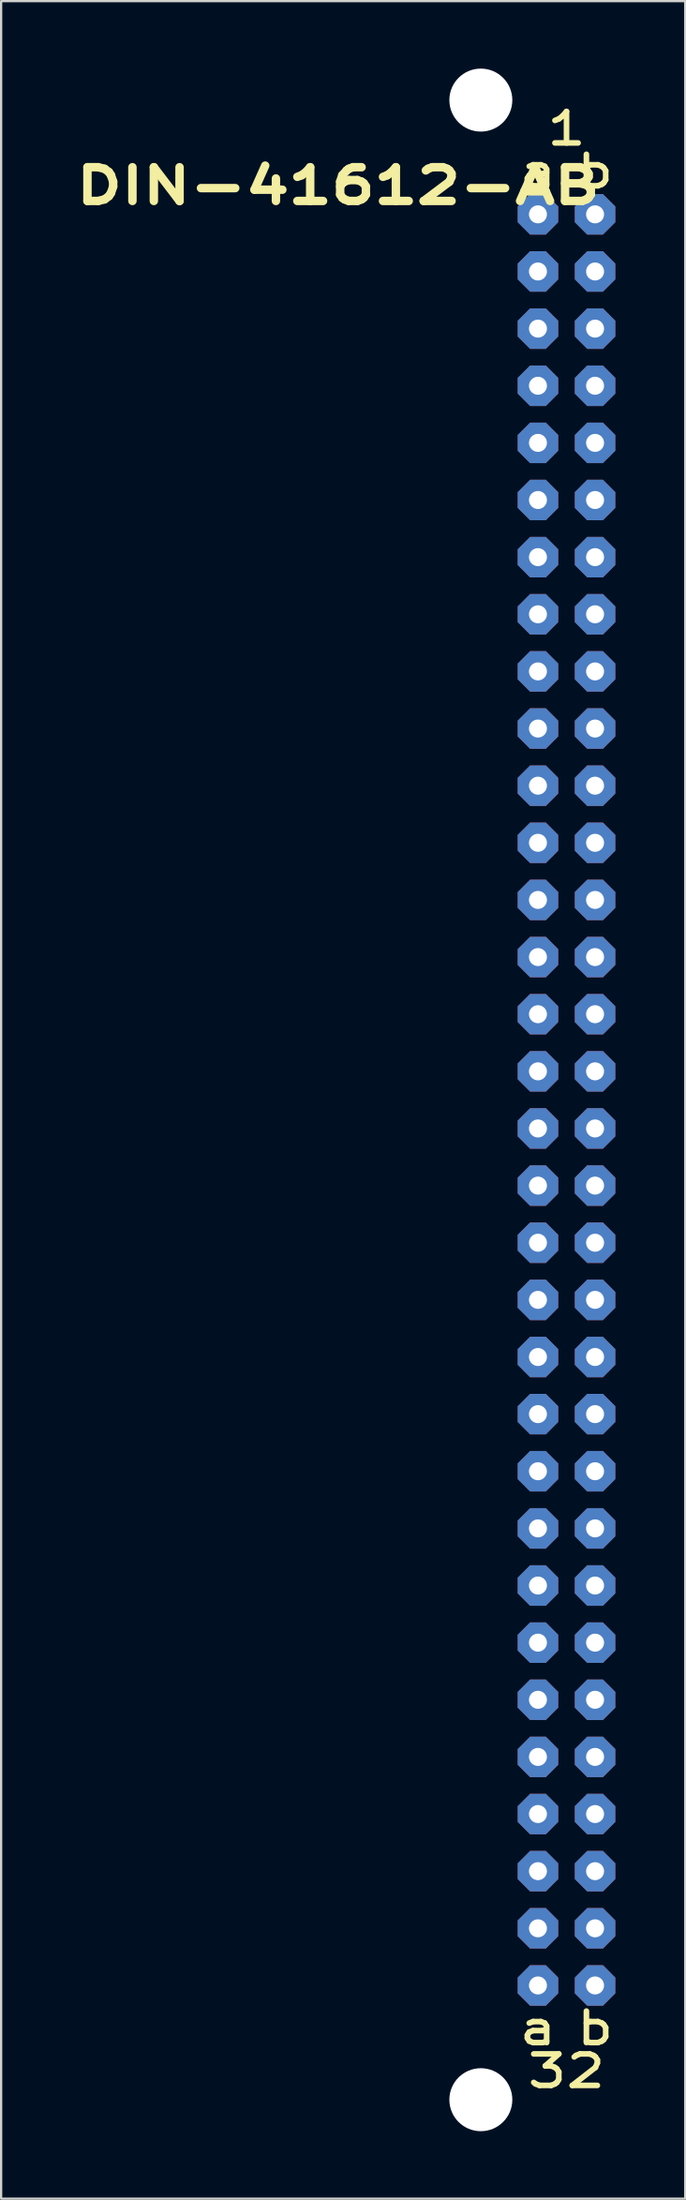
<source format=kicad_pcb>
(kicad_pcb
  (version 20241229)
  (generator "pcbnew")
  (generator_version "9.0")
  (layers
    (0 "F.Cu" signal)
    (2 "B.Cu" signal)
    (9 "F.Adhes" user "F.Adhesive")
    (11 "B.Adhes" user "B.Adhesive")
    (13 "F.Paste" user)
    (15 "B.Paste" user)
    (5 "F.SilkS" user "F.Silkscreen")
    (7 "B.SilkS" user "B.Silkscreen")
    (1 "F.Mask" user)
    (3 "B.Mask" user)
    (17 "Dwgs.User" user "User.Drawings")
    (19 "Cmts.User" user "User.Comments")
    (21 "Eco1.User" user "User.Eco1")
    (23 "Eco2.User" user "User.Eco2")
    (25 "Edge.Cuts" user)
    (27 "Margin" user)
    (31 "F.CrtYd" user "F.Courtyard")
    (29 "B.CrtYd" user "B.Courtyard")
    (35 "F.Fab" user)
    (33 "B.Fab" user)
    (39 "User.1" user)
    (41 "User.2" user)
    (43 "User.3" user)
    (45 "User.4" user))
  (footprint "DIN-41612-AB"
    (layer "F.Cu")
    (at 23.412 6.48)
    (property "Reference" "DIN-41612-AB" (at -11.43 -1.27 0) (unlocked yes) (layer "F.SilkS") (effects (font (size 1.5 2) (thickness 0.375))))
    (attr through_hole)
    (fp_text user "a" (at -2.54 80.645 0) (layer "F.SilkS") (effects (font (size 1.4 1.8) (thickness 0.25))))
    (fp_text user "b" (at 0 -1.905 0) (layer "F.SilkS") (effects (font (size 1.4 1.8) (thickness 0.25))))
    (fp_text user "a" (at -2.54 -1.905 0) (layer "F.SilkS") (effects (font (size 1.4 1.8) (thickness 0.25))))
    (fp_text user "1" (at -1.27 -3.81 0) (layer "F.SilkS") (effects (font (size 1.4 1.8) (thickness 0.25))))
    (fp_text user "b" (at 0 80.645 0) (layer "F.SilkS") (effects (font (size 1.4 1.8) (thickness 0.25))))
    (fp_text user "32" (at -1.27 82.55 0) (layer "F.SilkS") (effects (font (size 1.4 1.8) (thickness 0.25))))
    (pad "" np_thru_hole circle (at -5.08 -5.08) (size 2.8 2.8) (drill 2.8) (layers "*.Cu" "*.Mask"))
    (pad "" np_thru_hole circle (at -5.08 83.82) (size 2.8 2.8) (drill 2.8) (layers "*.Cu" "*.Mask"))
    (pad "A1" thru_hole custom (at -2.54 0) (size 1.524 1.524) (drill 0.8) (layers "*.Cu" "*.Mask") (options (anchor circle)) (primitives (gr_poly (pts (xy -0.9 0.35) (xy -0.9 -0.35) (xy -0.35 -0.9) (xy 0.35 -0.9) (xy 0.9 -0.35) (xy 0.9 0.35) (xy 0.35 0.9) (xy -0.35 0.9)) (width 0) (fill yes))))
    (pad "A2" thru_hole custom (at -2.54 2.54) (size 1.524 1.524) (drill 0.8) (layers "*.Cu" "*.Mask") (options (anchor circle)) (primitives (gr_poly (pts (xy -0.9 0.35) (xy -0.9 -0.35) (xy -0.35 -0.9) (xy 0.35 -0.9) (xy 0.9 -0.35) (xy 0.9 0.35) (xy 0.35 0.9) (xy -0.35 0.9)) (width 0) (fill yes))))
    (pad "A3" thru_hole custom (at -2.54 5.08) (size 1.524 1.524) (drill 0.8) (layers "*.Cu" "*.Mask") (options (anchor circle)) (primitives (gr_poly (pts (xy -0.9 0.35) (xy -0.9 -0.35) (xy -0.35 -0.9) (xy 0.35 -0.9) (xy 0.9 -0.35) (xy 0.9 0.35) (xy 0.35 0.9) (xy -0.35 0.9)) (width 0) (fill yes))))
    (pad "A4" thru_hole custom (at -2.54 7.62) (size 1.524 1.524) (drill 0.8) (layers "*.Cu" "*.Mask") (options (anchor circle)) (primitives (gr_poly (pts (xy -0.9 0.35) (xy -0.9 -0.35) (xy -0.35 -0.9) (xy 0.35 -0.9) (xy 0.9 -0.35) (xy 0.9 0.35) (xy 0.35 0.9) (xy -0.35 0.9)) (width 0) (fill yes))))
    (pad "A5" thru_hole custom (at -2.54 10.16) (size 1.524 1.524) (drill 0.8) (layers "*.Cu" "*.Mask") (options (anchor circle)) (primitives (gr_poly (pts (xy -0.9 0.35) (xy -0.9 -0.35) (xy -0.35 -0.9) (xy 0.35 -0.9) (xy 0.9 -0.35) (xy 0.9 0.35) (xy 0.35 0.9) (xy -0.35 0.9)) (width 0) (fill yes))))
    (pad "A6" thru_hole custom (at -2.54 12.7) (size 1.524 1.524) (drill 0.8) (layers "*.Cu" "*.Mask") (options (anchor circle)) (primitives (gr_poly (pts (xy -0.9 0.35) (xy -0.9 -0.35) (xy -0.35 -0.9) (xy 0.35 -0.9) (xy 0.9 -0.35) (xy 0.9 0.35) (xy 0.35 0.9) (xy -0.35 0.9)) (width 0) (fill yes))))
    (pad "A7" thru_hole custom (at -2.54 15.24) (size 1.524 1.524) (drill 0.8) (layers "*.Cu" "*.Mask") (options (anchor circle)) (primitives (gr_poly (pts (xy -0.9 0.35) (xy -0.9 -0.35) (xy -0.35 -0.9) (xy 0.35 -0.9) (xy 0.9 -0.35) (xy 0.9 0.35) (xy 0.35 0.9) (xy -0.35 0.9)) (width 0) (fill yes))))
    (pad "A8" thru_hole custom (at -2.54 17.78) (size 1.524 1.524) (drill 0.8) (layers "*.Cu" "*.Mask") (options (anchor circle)) (primitives (gr_poly (pts (xy -0.9 0.35) (xy -0.9 -0.35) (xy -0.35 -0.9) (xy 0.35 -0.9) (xy 0.9 -0.35) (xy 0.9 0.35) (xy 0.35 0.9) (xy -0.35 0.9)) (width 0) (fill yes))))
    (pad "A9" thru_hole custom (at -2.54 20.32) (size 1.524 1.524) (drill 0.8) (layers "*.Cu" "*.Mask") (options (anchor circle)) (primitives (gr_poly (pts (xy -0.9 0.35) (xy -0.9 -0.35) (xy -0.35 -0.9) (xy 0.35 -0.9) (xy 0.9 -0.35) (xy 0.9 0.35) (xy 0.35 0.9) (xy -0.35 0.9)) (width 0) (fill yes))))
    (pad "A10" thru_hole custom (at -2.54 22.86) (size 1.524 1.524) (drill 0.8) (layers "*.Cu" "*.Mask") (options (anchor circle)) (primitives (gr_poly (pts (xy -0.9 0.35) (xy -0.9 -0.35) (xy -0.35 -0.9) (xy 0.35 -0.9) (xy 0.9 -0.35) (xy 0.9 0.35) (xy 0.35 0.9) (xy -0.35 0.9)) (width 0) (fill yes))))
    (pad "A11" thru_hole custom (at -2.54 25.4) (size 1.524 1.524) (drill 0.8) (layers "*.Cu" "*.Mask") (options (anchor circle)) (primitives (gr_poly (pts (xy -0.9 0.35) (xy -0.9 -0.35) (xy -0.35 -0.9) (xy 0.35 -0.9) (xy 0.9 -0.35) (xy 0.9 0.35) (xy 0.35 0.9) (xy -0.35 0.9)) (width 0) (fill yes))))
    (pad "A12" thru_hole custom (at -2.54 27.94) (size 1.524 1.524) (drill 0.8) (layers "*.Cu" "*.Mask") (options (anchor circle)) (primitives (gr_poly (pts (xy -0.9 0.35) (xy -0.9 -0.35) (xy -0.35 -0.9) (xy 0.35 -0.9) (xy 0.9 -0.35) (xy 0.9 0.35) (xy 0.35 0.9) (xy -0.35 0.9)) (width 0) (fill yes))))
    (pad "A13" thru_hole custom (at -2.54 30.48) (size 1.524 1.524) (drill 0.8) (layers "*.Cu" "*.Mask") (options (anchor circle)) (primitives (gr_poly (pts (xy -0.9 0.35) (xy -0.9 -0.35) (xy -0.35 -0.9) (xy 0.35 -0.9) (xy 0.9 -0.35) (xy 0.9 0.35) (xy 0.35 0.9) (xy -0.35 0.9)) (width 0) (fill yes))))
    (pad "A14" thru_hole custom (at -2.54 33.02) (size 1.524 1.524) (drill 0.8) (layers "*.Cu" "*.Mask") (options (anchor circle)) (primitives (gr_poly (pts (xy -0.9 0.35) (xy -0.9 -0.35) (xy -0.35 -0.9) (xy 0.35 -0.9) (xy 0.9 -0.35) (xy 0.9 0.35) (xy 0.35 0.9) (xy -0.35 0.9)) (width 0) (fill yes))))
    (pad "A15" thru_hole custom (at -2.54 35.56) (size 1.524 1.524) (drill 0.8) (layers "*.Cu" "*.Mask") (options (anchor circle)) (primitives (gr_poly (pts (xy -0.9 0.35) (xy -0.9 -0.35) (xy -0.35 -0.9) (xy 0.35 -0.9) (xy 0.9 -0.35) (xy 0.9 0.35) (xy 0.35 0.9) (xy -0.35 0.9)) (width 0) (fill yes))))
    (pad "A16" thru_hole custom (at -2.54 38.1) (size 1.524 1.524) (drill 0.8) (layers "*.Cu" "*.Mask") (options (anchor circle)) (primitives (gr_poly (pts (xy -0.9 0.35) (xy -0.9 -0.35) (xy -0.35 -0.9) (xy 0.35 -0.9) (xy 0.9 -0.35) (xy 0.9 0.35) (xy 0.35 0.9) (xy -0.35 0.9)) (width 0) (fill yes))))
    (pad "A17" thru_hole custom (at -2.54 40.64) (size 1.524 1.524) (drill 0.8) (layers "*.Cu" "*.Mask") (options (anchor circle)) (primitives (gr_poly (pts (xy -0.9 0.35) (xy -0.9 -0.35) (xy -0.35 -0.9) (xy 0.35 -0.9) (xy 0.9 -0.35) (xy 0.9 0.35) (xy 0.35 0.9) (xy -0.35 0.9)) (width 0) (fill yes))))
    (pad "A18" thru_hole custom (at -2.54 43.18) (size 1.524 1.524) (drill 0.8) (layers "*.Cu" "*.Mask") (options (anchor circle)) (primitives (gr_poly (pts (xy -0.9 0.35) (xy -0.9 -0.35) (xy -0.35 -0.9) (xy 0.35 -0.9) (xy 0.9 -0.35) (xy 0.9 0.35) (xy 0.35 0.9) (xy -0.35 0.9)) (width 0) (fill yes))))
    (pad "A19" thru_hole custom (at -2.54 45.72) (size 1.524 1.524) (drill 0.8) (layers "*.Cu" "*.Mask") (options (anchor circle)) (primitives (gr_poly (pts (xy -0.9 0.35) (xy -0.9 -0.35) (xy -0.35 -0.9) (xy 0.35 -0.9) (xy 0.9 -0.35) (xy 0.9 0.35) (xy 0.35 0.9) (xy -0.35 0.9)) (width 0) (fill yes))))
    (pad "A20" thru_hole custom (at -2.54 48.26) (size 1.524 1.524) (drill 0.8) (layers "*.Cu" "*.Mask") (options (anchor circle)) (primitives (gr_poly (pts (xy -0.9 0.35) (xy -0.9 -0.35) (xy -0.35 -0.9) (xy 0.35 -0.9) (xy 0.9 -0.35) (xy 0.9 0.35) (xy 0.35 0.9) (xy -0.35 0.9)) (width 0) (fill yes))))
    (pad "A21" thru_hole custom (at -2.54 50.8) (size 1.524 1.524) (drill 0.8) (layers "*.Cu" "*.Mask") (options (anchor circle)) (primitives (gr_poly (pts (xy -0.9 0.35) (xy -0.9 -0.35) (xy -0.35 -0.9) (xy 0.35 -0.9) (xy 0.9 -0.35) (xy 0.9 0.35) (xy 0.35 0.9) (xy -0.35 0.9)) (width 0) (fill yes))))
    (pad "A22" thru_hole custom (at -2.54 53.34) (size 1.524 1.524) (drill 0.8) (layers "*.Cu" "*.Mask") (options (anchor circle)) (primitives (gr_poly (pts (xy -0.9 0.35) (xy -0.9 -0.35) (xy -0.35 -0.9) (xy 0.35 -0.9) (xy 0.9 -0.35) (xy 0.9 0.35) (xy 0.35 0.9) (xy -0.35 0.9)) (width 0) (fill yes))))
    (pad "A23" thru_hole custom (at -2.54 55.88) (size 1.524 1.524) (drill 0.8) (layers "*.Cu" "*.Mask") (options (anchor circle)) (primitives (gr_poly (pts (xy -0.9 0.35) (xy -0.9 -0.35) (xy -0.35 -0.9) (xy 0.35 -0.9) (xy 0.9 -0.35) (xy 0.9 0.35) (xy 0.35 0.9) (xy -0.35 0.9)) (width 0) (fill yes))))
    (pad "A24" thru_hole custom (at -2.54 58.42) (size 1.524 1.524) (drill 0.8) (layers "*.Cu" "*.Mask") (options (anchor circle)) (primitives (gr_poly (pts (xy -0.9 0.35) (xy -0.9 -0.35) (xy -0.35 -0.9) (xy 0.35 -0.9) (xy 0.9 -0.35) (xy 0.9 0.35) (xy 0.35 0.9) (xy -0.35 0.9)) (width 0) (fill yes))))
    (pad "A25" thru_hole custom (at -2.54 60.96) (size 1.524 1.524) (drill 0.8) (layers "*.Cu" "*.Mask") (options (anchor circle)) (primitives (gr_poly (pts (xy -0.9 0.35) (xy -0.9 -0.35) (xy -0.35 -0.9) (xy 0.35 -0.9) (xy 0.9 -0.35) (xy 0.9 0.35) (xy 0.35 0.9) (xy -0.35 0.9)) (width 0) (fill yes))))
    (pad "A26" thru_hole custom (at -2.54 63.5) (size 1.524 1.524) (drill 0.8) (layers "*.Cu" "*.Mask") (options (anchor circle)) (primitives (gr_poly (pts (xy -0.9 0.35) (xy -0.9 -0.35) (xy -0.35 -0.9) (xy 0.35 -0.9) (xy 0.9 -0.35) (xy 0.9 0.35) (xy 0.35 0.9) (xy -0.35 0.9)) (width 0) (fill yes))))
    (pad "A27" thru_hole custom (at -2.54 66.04) (size 1.524 1.524) (drill 0.8) (layers "*.Cu" "*.Mask") (options (anchor circle)) (primitives (gr_poly (pts (xy -0.9 0.35) (xy -0.9 -0.35) (xy -0.35 -0.9) (xy 0.35 -0.9) (xy 0.9 -0.35) (xy 0.9 0.35) (xy 0.35 0.9) (xy -0.35 0.9)) (width 0) (fill yes))))
    (pad "A28" thru_hole custom (at -2.54 68.58) (size 1.524 1.524) (drill 0.8) (layers "*.Cu" "*.Mask") (options (anchor circle)) (primitives (gr_poly (pts (xy -0.9 0.35) (xy -0.9 -0.35) (xy -0.35 -0.9) (xy 0.35 -0.9) (xy 0.9 -0.35) (xy 0.9 0.35) (xy 0.35 0.9) (xy -0.35 0.9)) (width 0) (fill yes))))
    (pad "A29" thru_hole custom (at -2.54 71.12) (size 1.524 1.524) (drill 0.8) (layers "*.Cu" "*.Mask") (options (anchor circle)) (primitives (gr_poly (pts (xy -0.9 0.35) (xy -0.9 -0.35) (xy -0.35 -0.9) (xy 0.35 -0.9) (xy 0.9 -0.35) (xy 0.9 0.35) (xy 0.35 0.9) (xy -0.35 0.9)) (width 0) (fill yes))))
    (pad "A30" thru_hole custom (at -2.54 73.66) (size 1.524 1.524) (drill 0.8) (layers "*.Cu" "*.Mask") (options (anchor circle)) (primitives (gr_poly (pts (xy -0.9 0.35) (xy -0.9 -0.35) (xy -0.35 -0.9) (xy 0.35 -0.9) (xy 0.9 -0.35) (xy 0.9 0.35) (xy 0.35 0.9) (xy -0.35 0.9)) (width 0) (fill yes))))
    (pad "A31" thru_hole custom (at -2.54 76.2) (size 1.524 1.524) (drill 0.8) (layers "*.Cu" "*.Mask") (options (anchor circle)) (primitives (gr_poly (pts (xy -0.9 0.35) (xy -0.9 -0.35) (xy -0.35 -0.9) (xy 0.35 -0.9) (xy 0.9 -0.35) (xy 0.9 0.35) (xy 0.35 0.9) (xy -0.35 0.9)) (width 0) (fill yes))))
    (pad "A32" thru_hole custom (at -2.54 78.74) (size 1.524 1.524) (drill 0.8) (layers "*.Cu" "*.Mask") (options (anchor circle)) (primitives (gr_poly (pts (xy -0.9 0.35) (xy -0.9 -0.35) (xy -0.35 -0.9) (xy 0.35 -0.9) (xy 0.9 -0.35) (xy 0.9 0.35) (xy 0.35 0.9) (xy -0.35 0.9)) (width 0) (fill yes))))
    (pad "B1" thru_hole custom (at 0 0) (size 1.524 1.524) (drill 0.8) (layers "*.Cu" "*.Mask") (options (anchor circle)) (primitives (gr_poly (pts (xy -0.9 0.35) (xy -0.9 -0.35) (xy -0.35 -0.9) (xy 0.35 -0.9) (xy 0.9 -0.35) (xy 0.9 0.35) (xy 0.35 0.9) (xy -0.35 0.9)) (width 0) (fill yes))))
    (pad "B2" thru_hole custom (at 0 2.54) (size 1.524 1.524) (drill 0.8) (layers "*.Cu" "*.Mask") (options (anchor circle)) (primitives (gr_poly (pts (xy -0.9 0.35) (xy -0.9 -0.35) (xy -0.35 -0.9) (xy 0.35 -0.9) (xy 0.9 -0.35) (xy 0.9 0.35) (xy 0.35 0.9) (xy -0.35 0.9)) (width 0) (fill yes))))
    (pad "B3" thru_hole custom (at 0 5.08) (size 1.524 1.524) (drill 0.8) (layers "*.Cu" "*.Mask") (options (anchor circle)) (primitives (gr_poly (pts (xy -0.9 0.35) (xy -0.9 -0.35) (xy -0.35 -0.9) (xy 0.35 -0.9) (xy 0.9 -0.35) (xy 0.9 0.35) (xy 0.35 0.9) (xy -0.35 0.9)) (width 0) (fill yes))))
    (pad "B4" thru_hole custom (at 0 7.62) (size 1.524 1.524) (drill 0.8) (layers "*.Cu" "*.Mask") (options (anchor circle)) (primitives (gr_poly (pts (xy -0.9 0.35) (xy -0.9 -0.35) (xy -0.35 -0.9) (xy 0.35 -0.9) (xy 0.9 -0.35) (xy 0.9 0.35) (xy 0.35 0.9) (xy -0.35 0.9)) (width 0) (fill yes))))
    (pad "B5" thru_hole custom (at 0 10.16) (size 1.524 1.524) (drill 0.8) (layers "*.Cu" "*.Mask") (options (anchor circle)) (primitives (gr_poly (pts (xy -0.9 0.35) (xy -0.9 -0.35) (xy -0.35 -0.9) (xy 0.35 -0.9) (xy 0.9 -0.35) (xy 0.9 0.35) (xy 0.35 0.9) (xy -0.35 0.9)) (width 0) (fill yes))))
    (pad "B6" thru_hole custom (at 0 12.7) (size 1.524 1.524) (drill 0.8) (layers "*.Cu" "*.Mask") (options (anchor circle)) (primitives (gr_poly (pts (xy -0.9 0.35) (xy -0.9 -0.35) (xy -0.35 -0.9) (xy 0.35 -0.9) (xy 0.9 -0.35) (xy 0.9 0.35) (xy 0.35 0.9) (xy -0.35 0.9)) (width 0) (fill yes))))
    (pad "B7" thru_hole custom (at 0 15.24) (size 1.524 1.524) (drill 0.8) (layers "*.Cu" "*.Mask") (options (anchor circle)) (primitives (gr_poly (pts (xy -0.9 0.35) (xy -0.9 -0.35) (xy -0.35 -0.9) (xy 0.35 -0.9) (xy 0.9 -0.35) (xy 0.9 0.35) (xy 0.35 0.9) (xy -0.35 0.9)) (width 0) (fill yes))))
    (pad "B8" thru_hole custom (at 0 17.78) (size 1.524 1.524) (drill 0.8) (layers "*.Cu" "*.Mask") (options (anchor circle)) (primitives (gr_poly (pts (xy -0.9 0.35) (xy -0.9 -0.35) (xy -0.35 -0.9) (xy 0.35 -0.9) (xy 0.9 -0.35) (xy 0.9 0.35) (xy 0.35 0.9) (xy -0.35 0.9)) (width 0) (fill yes))))
    (pad "B9" thru_hole custom (at 0 20.32) (size 1.524 1.524) (drill 0.8) (layers "*.Cu" "*.Mask") (options (anchor circle)) (primitives (gr_poly (pts (xy -0.9 0.35) (xy -0.9 -0.35) (xy -0.35 -0.9) (xy 0.35 -0.9) (xy 0.9 -0.35) (xy 0.9 0.35) (xy 0.35 0.9) (xy -0.35 0.9)) (width 0) (fill yes))))
    (pad "B10" thru_hole custom (at 0 22.86) (size 1.524 1.524) (drill 0.8) (layers "*.Cu" "*.Mask") (options (anchor circle)) (primitives (gr_poly (pts (xy -0.9 0.35) (xy -0.9 -0.35) (xy -0.35 -0.9) (xy 0.35 -0.9) (xy 0.9 -0.35) (xy 0.9 0.35) (xy 0.35 0.9) (xy -0.35 0.9)) (width 0) (fill yes))))
    (pad "B11" thru_hole custom (at 0 25.4) (size 1.524 1.524) (drill 0.8) (layers "*.Cu" "*.Mask") (options (anchor circle)) (primitives (gr_poly (pts (xy -0.9 0.35) (xy -0.9 -0.35) (xy -0.35 -0.9) (xy 0.35 -0.9) (xy 0.9 -0.35) (xy 0.9 0.35) (xy 0.35 0.9) (xy -0.35 0.9)) (width 0) (fill yes))))
    (pad "B12" thru_hole custom (at 0 27.94) (size 1.524 1.524) (drill 0.8) (layers "*.Cu" "*.Mask") (options (anchor circle)) (primitives (gr_poly (pts (xy -0.9 0.35) (xy -0.9 -0.35) (xy -0.35 -0.9) (xy 0.35 -0.9) (xy 0.9 -0.35) (xy 0.9 0.35) (xy 0.35 0.9) (xy -0.35 0.9)) (width 0) (fill yes))))
    (pad "B13" thru_hole custom (at 0 30.48) (size 1.524 1.524) (drill 0.8) (layers "*.Cu" "*.Mask") (options (anchor circle)) (primitives (gr_poly (pts (xy -0.9 0.35) (xy -0.9 -0.35) (xy -0.35 -0.9) (xy 0.35 -0.9) (xy 0.9 -0.35) (xy 0.9 0.35) (xy 0.35 0.9) (xy -0.35 0.9)) (width 0) (fill yes))))
    (pad "B14" thru_hole custom (at 0 33.02) (size 1.524 1.524) (drill 0.8) (layers "*.Cu" "*.Mask") (options (anchor circle)) (primitives (gr_poly (pts (xy -0.9 0.35) (xy -0.9 -0.35) (xy -0.35 -0.9) (xy 0.35 -0.9) (xy 0.9 -0.35) (xy 0.9 0.35) (xy 0.35 0.9) (xy -0.35 0.9)) (width 0) (fill yes))))
    (pad "B15" thru_hole custom (at 0 35.56) (size 1.524 1.524) (drill 0.8) (layers "*.Cu" "*.Mask") (options (anchor circle)) (primitives (gr_poly (pts (xy -0.9 0.35) (xy -0.9 -0.35) (xy -0.35 -0.9) (xy 0.35 -0.9) (xy 0.9 -0.35) (xy 0.9 0.35) (xy 0.35 0.9) (xy -0.35 0.9)) (width 0) (fill yes))))
    (pad "B16" thru_hole custom (at 0 38.1) (size 1.524 1.524) (drill 0.8) (layers "*.Cu" "*.Mask") (options (anchor circle)) (primitives (gr_poly (pts (xy -0.9 0.35) (xy -0.9 -0.35) (xy -0.35 -0.9) (xy 0.35 -0.9) (xy 0.9 -0.35) (xy 0.9 0.35) (xy 0.35 0.9) (xy -0.35 0.9)) (width 0) (fill yes))))
    (pad "B17" thru_hole custom (at 0 40.64) (size 1.524 1.524) (drill 0.8) (layers "*.Cu" "*.Mask") (options (anchor circle)) (primitives (gr_poly (pts (xy -0.9 0.35) (xy -0.9 -0.35) (xy -0.35 -0.9) (xy 0.35 -0.9) (xy 0.9 -0.35) (xy 0.9 0.35) (xy 0.35 0.9) (xy -0.35 0.9)) (width 0) (fill yes))))
    (pad "B18" thru_hole custom (at 0 43.18) (size 1.524 1.524) (drill 0.8) (layers "*.Cu" "*.Mask") (options (anchor circle)) (primitives (gr_poly (pts (xy -0.9 0.35) (xy -0.9 -0.35) (xy -0.35 -0.9) (xy 0.35 -0.9) (xy 0.9 -0.35) (xy 0.9 0.35) (xy 0.35 0.9) (xy -0.35 0.9)) (width 0) (fill yes))))
    (pad "B19" thru_hole custom (at 0 45.72) (size 1.524 1.524) (drill 0.8) (layers "*.Cu" "*.Mask") (options (anchor circle)) (primitives (gr_poly (pts (xy -0.9 0.35) (xy -0.9 -0.35) (xy -0.35 -0.9) (xy 0.35 -0.9) (xy 0.9 -0.35) (xy 0.9 0.35) (xy 0.35 0.9) (xy -0.35 0.9)) (width 0) (fill yes))))
    (pad "B20" thru_hole custom (at 0 48.26) (size 1.524 1.524) (drill 0.8) (layers "*.Cu" "*.Mask") (options (anchor circle)) (primitives (gr_poly (pts (xy -0.9 0.35) (xy -0.9 -0.35) (xy -0.35 -0.9) (xy 0.35 -0.9) (xy 0.9 -0.35) (xy 0.9 0.35) (xy 0.35 0.9) (xy -0.35 0.9)) (width 0) (fill yes))))
    (pad "B21" thru_hole custom (at 0 50.8) (size 1.524 1.524) (drill 0.8) (layers "*.Cu" "*.Mask") (options (anchor circle)) (primitives (gr_poly (pts (xy -0.9 0.35) (xy -0.9 -0.35) (xy -0.35 -0.9) (xy 0.35 -0.9) (xy 0.9 -0.35) (xy 0.9 0.35) (xy 0.35 0.9) (xy -0.35 0.9)) (width 0) (fill yes))))
    (pad "B22" thru_hole custom (at 0 53.34) (size 1.524 1.524) (drill 0.8) (layers "*.Cu" "*.Mask") (options (anchor circle)) (primitives (gr_poly (pts (xy -0.9 0.35) (xy -0.9 -0.35) (xy -0.35 -0.9) (xy 0.35 -0.9) (xy 0.9 -0.35) (xy 0.9 0.35) (xy 0.35 0.9) (xy -0.35 0.9)) (width 0) (fill yes))))
    (pad "B23" thru_hole custom (at 0 55.88) (size 1.524 1.524) (drill 0.8) (layers "*.Cu" "*.Mask") (options (anchor circle)) (primitives (gr_poly (pts (xy -0.9 0.35) (xy -0.9 -0.35) (xy -0.35 -0.9) (xy 0.35 -0.9) (xy 0.9 -0.35) (xy 0.9 0.35) (xy 0.35 0.9) (xy -0.35 0.9)) (width 0) (fill yes))))
    (pad "B24" thru_hole custom (at 0 58.42) (size 1.524 1.524) (drill 0.8) (layers "*.Cu" "*.Mask") (options (anchor circle)) (primitives (gr_poly (pts (xy -0.9 0.35) (xy -0.9 -0.35) (xy -0.35 -0.9) (xy 0.35 -0.9) (xy 0.9 -0.35) (xy 0.9 0.35) (xy 0.35 0.9) (xy -0.35 0.9)) (width 0) (fill yes))))
    (pad "B25" thru_hole custom (at 0 60.96) (size 1.524 1.524) (drill 0.8) (layers "*.Cu" "*.Mask") (options (anchor circle)) (primitives (gr_poly (pts (xy -0.9 0.35) (xy -0.9 -0.35) (xy -0.35 -0.9) (xy 0.35 -0.9) (xy 0.9 -0.35) (xy 0.9 0.35) (xy 0.35 0.9) (xy -0.35 0.9)) (width 0) (fill yes))))
    (pad "B26" thru_hole custom (at 0 63.5) (size 1.524 1.524) (drill 0.8) (layers "*.Cu" "*.Mask") (options (anchor circle)) (primitives (gr_poly (pts (xy -0.9 0.35) (xy -0.9 -0.35) (xy -0.35 -0.9) (xy 0.35 -0.9) (xy 0.9 -0.35) (xy 0.9 0.35) (xy 0.35 0.9) (xy -0.35 0.9)) (width 0) (fill yes))))
    (pad "B27" thru_hole custom (at 0 66.04) (size 1.524 1.524) (drill 0.8) (layers "*.Cu" "*.Mask") (options (anchor circle)) (primitives (gr_poly (pts (xy -0.9 0.35) (xy -0.9 -0.35) (xy -0.35 -0.9) (xy 0.35 -0.9) (xy 0.9 -0.35) (xy 0.9 0.35) (xy 0.35 0.9) (xy -0.35 0.9)) (width 0) (fill yes))))
    (pad "B28" thru_hole custom (at 0 68.58) (size 1.524 1.524) (drill 0.8) (layers "*.Cu" "*.Mask") (options (anchor circle)) (primitives (gr_poly (pts (xy -0.9 0.35) (xy -0.9 -0.35) (xy -0.35 -0.9) (xy 0.35 -0.9) (xy 0.9 -0.35) (xy 0.9 0.35) (xy 0.35 0.9) (xy -0.35 0.9)) (width 0) (fill yes))))
    (pad "B29" thru_hole custom (at 0 71.12) (size 1.524 1.524) (drill 0.8) (layers "*.Cu" "*.Mask") (options (anchor circle)) (primitives (gr_poly (pts (xy -0.9 0.35) (xy -0.9 -0.35) (xy -0.35 -0.9) (xy 0.35 -0.9) (xy 0.9 -0.35) (xy 0.9 0.35) (xy 0.35 0.9) (xy -0.35 0.9)) (width 0) (fill yes))))
    (pad "B30" thru_hole custom (at 0 73.66) (size 1.524 1.524) (drill 0.8) (layers "*.Cu" "*.Mask") (options (anchor circle)) (primitives (gr_poly (pts (xy -0.9 0.35) (xy -0.9 -0.35) (xy -0.35 -0.9) (xy 0.35 -0.9) (xy 0.9 -0.35) (xy 0.9 0.35) (xy 0.35 0.9) (xy -0.35 0.9)) (width 0) (fill yes))))
    (pad "B31" thru_hole custom (at 0 76.2) (size 1.524 1.524) (drill 0.8) (layers "*.Cu" "*.Mask") (options (anchor circle)) (primitives (gr_poly (pts (xy -0.9 0.35) (xy -0.9 -0.35) (xy -0.35 -0.9) (xy 0.35 -0.9) (xy 0.9 -0.35) (xy 0.9 0.35) (xy 0.35 0.9) (xy -0.35 0.9)) (width 0) (fill yes))))
    (pad "B32" thru_hole custom (at 0 78.74) (size 1.524 1.524) (drill 0.8) (layers "*.Cu" "*.Mask") (options (anchor circle)) (primitives (gr_poly (pts (xy -0.9 0.35) (xy -0.9 -0.35) (xy -0.35 -0.9) (xy 0.35 -0.9) (xy 0.9 -0.35) (xy 0.9 0.35) (xy 0.35 0.9) (xy -0.35 0.9)) (width 0) (fill yes)))))
  (gr_rect
    (start -3 -3)
    (end 27.421 94.7)
    (stroke (width 0.1) (type default))
    (fill no)
    (layer "Edge.Cuts")))
</source>
